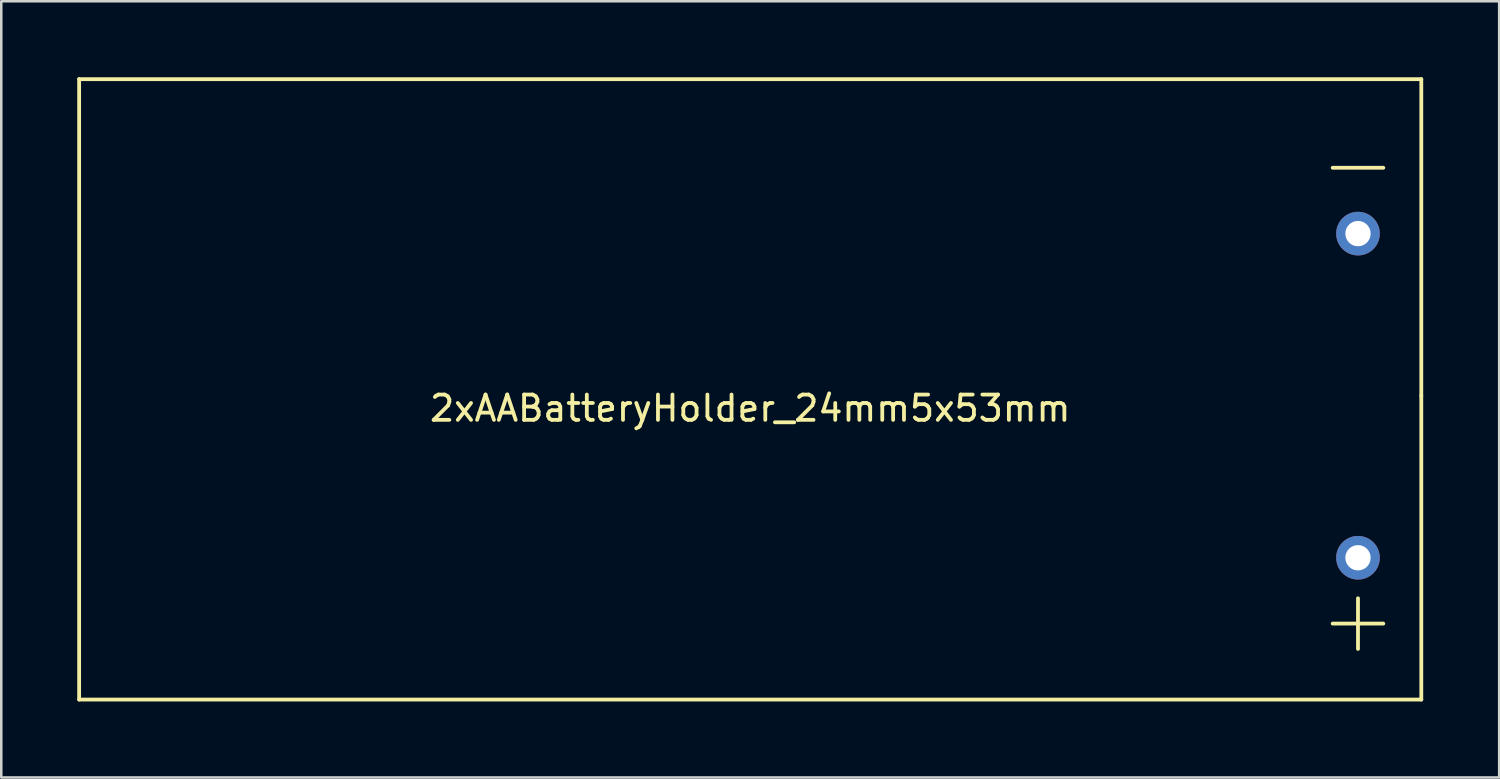
<source format=kicad_pcb>
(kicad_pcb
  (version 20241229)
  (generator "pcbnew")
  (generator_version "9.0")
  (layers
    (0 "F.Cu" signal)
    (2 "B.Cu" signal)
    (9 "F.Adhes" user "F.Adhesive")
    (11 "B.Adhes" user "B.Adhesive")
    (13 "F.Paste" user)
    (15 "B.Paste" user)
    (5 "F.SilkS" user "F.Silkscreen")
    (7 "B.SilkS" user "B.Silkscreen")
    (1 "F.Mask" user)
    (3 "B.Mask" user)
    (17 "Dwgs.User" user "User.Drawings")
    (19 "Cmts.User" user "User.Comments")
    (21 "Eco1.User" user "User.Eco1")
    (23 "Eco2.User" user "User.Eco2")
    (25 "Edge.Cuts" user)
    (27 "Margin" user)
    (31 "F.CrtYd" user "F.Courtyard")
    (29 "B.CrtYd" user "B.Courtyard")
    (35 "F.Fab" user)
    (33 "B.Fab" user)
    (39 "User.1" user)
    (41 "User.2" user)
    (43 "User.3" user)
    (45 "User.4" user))
  (footprint "2xAABatteryHolder_24mm5x53mm"
    (layer "F.Cu")
    (at 26.575 12.575)
    (property "Reference" "2xAABatteryHolder_24mm5x53mm" (at 0 0.5 0) (layer "F.SilkS") (effects (font (size 1 1) (thickness 0.15))))
    (attr through_hole)
    (fp_line (start -26.5 -12.5) (end 26.5 -12.5) (stroke (width 0.15) (type solid)) (layer "F.SilkS"))
    (fp_line (start -26.5 12) (end -26.5 -12.5) (stroke (width 0.15) (type solid)) (layer "F.SilkS"))
    (fp_line (start 23 -9) (end 25 -9) (stroke (width 0.15) (type solid)) (layer "F.SilkS"))
    (fp_line (start 23 9) (end 25 9) (stroke (width 0.15) (type solid)) (layer "F.SilkS"))
    (fp_line (start 24 8) (end 24 10) (stroke (width 0.15) (type solid)) (layer "F.SilkS"))
    (fp_line (start 26.5 0) (end 26.5 -12.5) (stroke (width 0.15) (type solid)) (layer "F.SilkS"))
    (fp_line (start 26.5 0) (end 26.5 12) (stroke (width 0.15) (type solid)) (layer "F.SilkS"))
    (fp_line (start 26.5 12) (end -26.5 12) (stroke (width 0.15) (type solid)) (layer "F.SilkS"))
    (pad "1" thru_hole circle (at 24 6.4) (size 1.724 1.724) (drill 1) (layers "*.Cu" "*.Mask"))
    (pad "2" thru_hole circle (at 24 -6.4) (size 1.724 1.724) (drill 1) (layers "*.Cu" "*.Mask")))
  (gr_rect
    (start -3 -3)
    (end 56.15 27.65)
    (stroke (width 0.1) (type default))
    (fill no)
    (layer "Edge.Cuts")))
</source>
